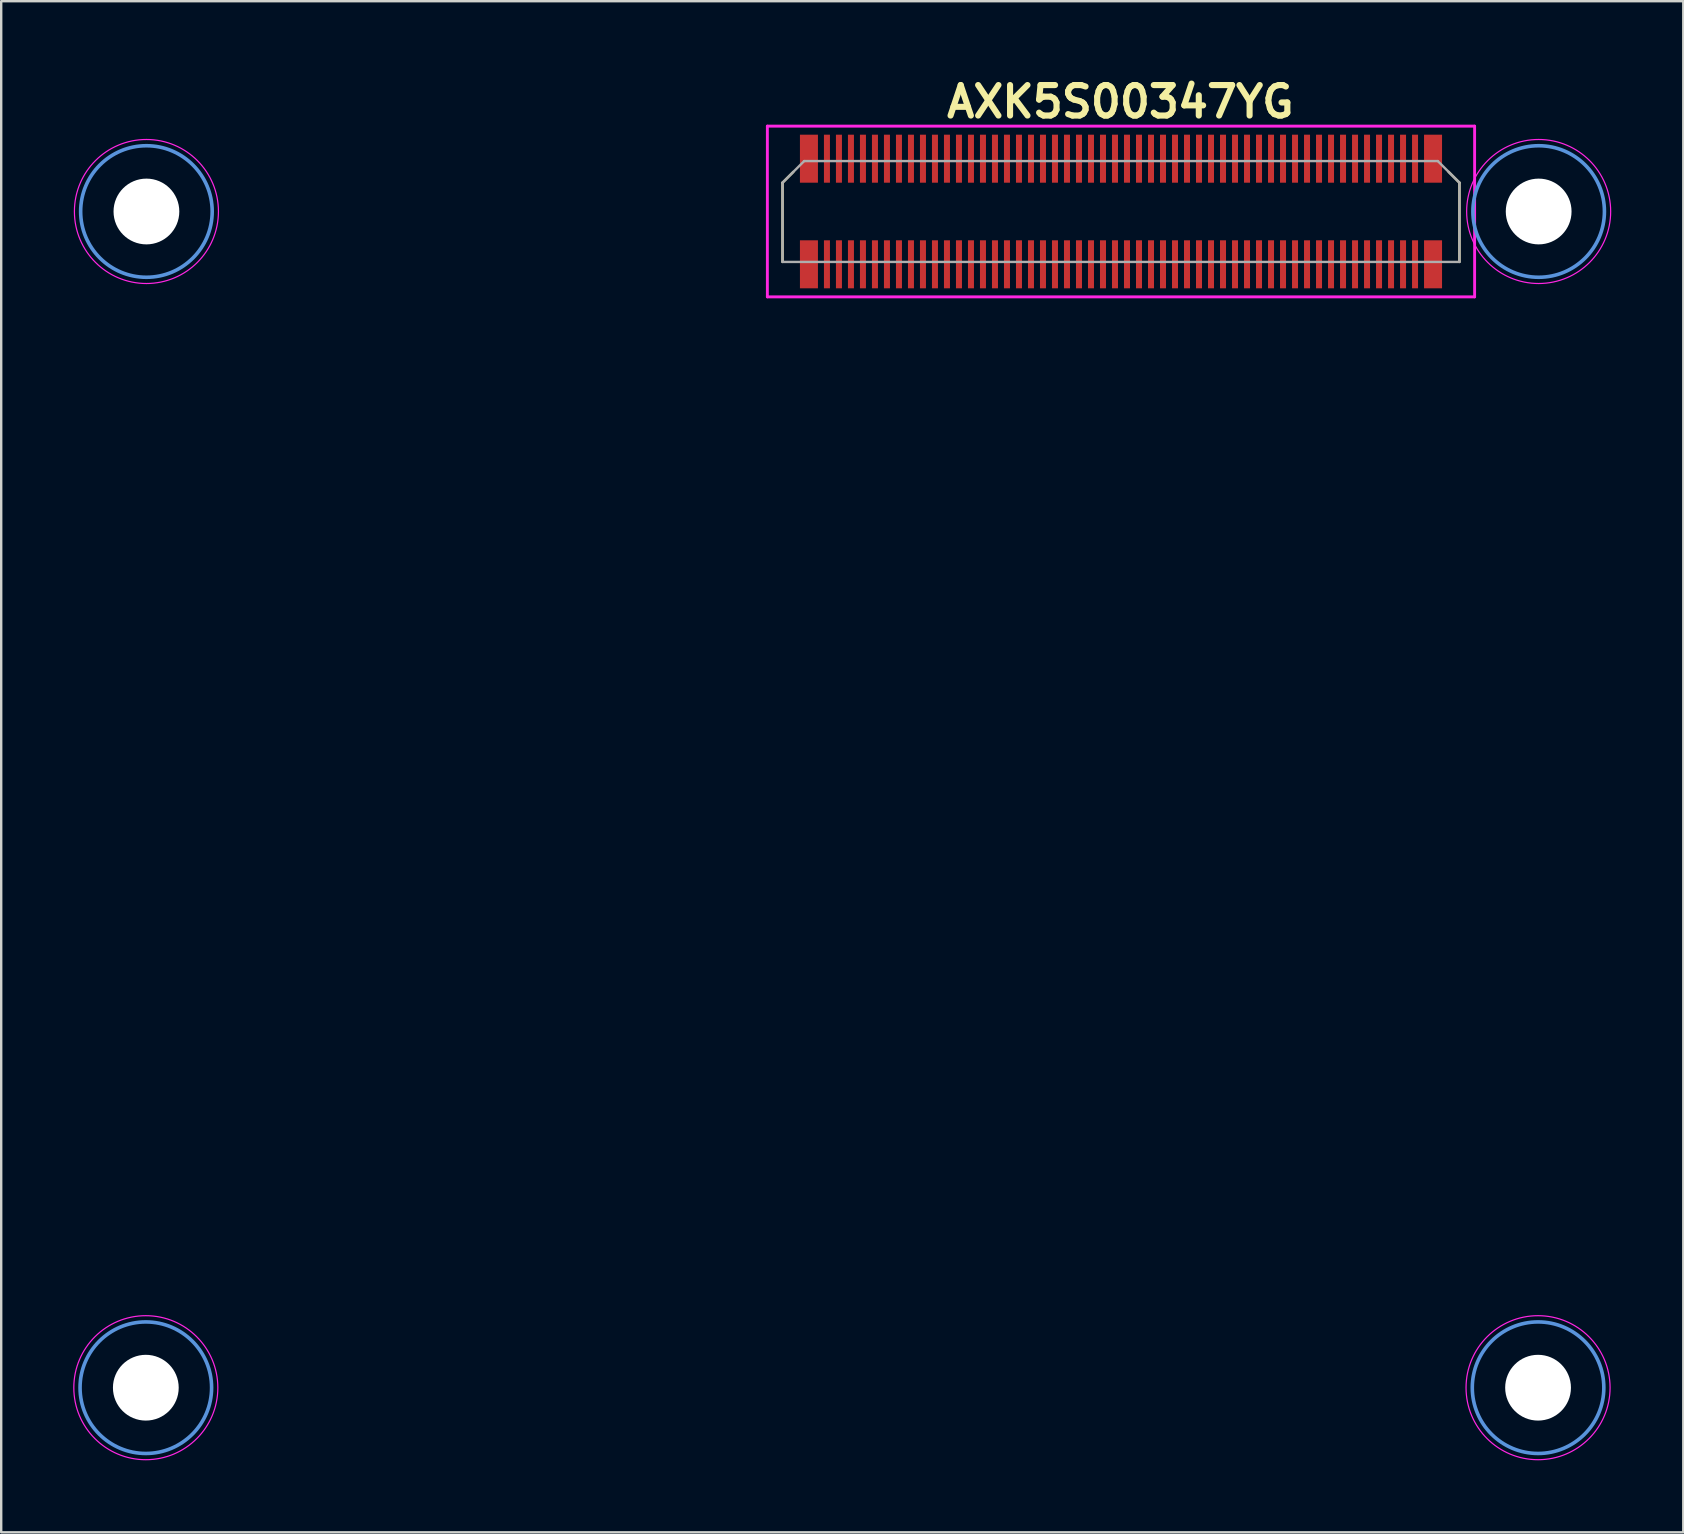
<source format=kicad_pcb>
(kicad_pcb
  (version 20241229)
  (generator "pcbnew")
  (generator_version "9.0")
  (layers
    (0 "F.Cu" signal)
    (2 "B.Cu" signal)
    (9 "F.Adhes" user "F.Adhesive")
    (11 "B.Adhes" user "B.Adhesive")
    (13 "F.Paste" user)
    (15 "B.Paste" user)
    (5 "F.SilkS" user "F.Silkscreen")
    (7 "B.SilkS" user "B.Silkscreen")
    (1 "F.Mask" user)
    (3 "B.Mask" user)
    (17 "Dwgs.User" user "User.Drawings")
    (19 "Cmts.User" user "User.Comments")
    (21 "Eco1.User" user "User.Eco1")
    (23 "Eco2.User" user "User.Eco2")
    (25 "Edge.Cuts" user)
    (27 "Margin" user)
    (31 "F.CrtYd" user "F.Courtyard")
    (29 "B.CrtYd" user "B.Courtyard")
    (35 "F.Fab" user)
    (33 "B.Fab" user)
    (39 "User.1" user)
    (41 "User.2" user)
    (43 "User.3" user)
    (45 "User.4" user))
  (footprint "AXK5S00347YG"
    (layer "F.Cu")
    (at 43.65 5.761)
    (property "Reference" "AXK5S00347YG" (at -0.025 -4.572 0) (layer "F.SilkS") (effects (font (size 1.27 1.27) (thickness 0.254))))
    (attr smd)
    (fp_line (start -14.1 -1.2) (end -13.65 -1.65) (stroke (width 0.1) (type solid)) (layer "F.SilkS"))
    (fp_line (start -14.1 2.1) (end -14.1 -1.2) (stroke (width 0.1) (type solid)) (layer "F.SilkS"))
    (fp_line (start 14.1 -1.2) (end 13.65 -1.65) (stroke (width 0.1) (type solid)) (layer "F.SilkS"))
    (fp_line (start 14.1 2.1) (end 14.1 -1.2) (stroke (width 0.1) (type solid)) (layer "F.SilkS"))
    (fp_circle (center -40.625 49) (end -37.885 49) (stroke (width 0.15) (type solid)) (fill no) (layer "Cmts.User"))
    (fp_circle (center -40.6 0) (end -37.86 0) (stroke (width 0.15) (type solid)) (fill no) (layer "Cmts.User"))
    (fp_circle (center 17.375 49) (end 20.115 49) (stroke (width 0.15) (type solid)) (fill no) (layer "Cmts.User"))
    (fp_circle (center 17.4 0) (end 20.14 0) (stroke (width 0.15) (type solid)) (fill no) (layer "Cmts.User"))
    (fp_line (start -14.732 -3.556) (end 14.732 -3.556) (stroke (width 0.12) (type solid)) (layer "F.CrtYd"))
    (fp_line (start -14.732 3.556) (end -14.732 -3.556) (stroke (width 0.12) (type solid)) (layer "F.CrtYd"))
    (fp_line (start 14.732 -3.556) (end 14.732 3.556) (stroke (width 0.12) (type solid)) (layer "F.CrtYd"))
    (fp_line (start 14.732 3.556) (end -14.732 3.556) (stroke (width 0.12) (type solid)) (layer "F.CrtYd"))
    (fp_circle (center -40.625 49) (end -37.625 49) (stroke (width 0.05) (type solid)) (fill no) (layer "F.CrtYd"))
    (fp_circle (center -40.6 0) (end -37.6 0) (stroke (width 0.05) (type solid)) (fill no) (layer "F.CrtYd"))
    (fp_circle (center 17.375 49) (end 20.375 49) (stroke (width 0.05) (type solid)) (fill no) (layer "F.CrtYd"))
    (fp_circle (center 17.4 0) (end 20.4 0) (stroke (width 0.05) (type solid)) (fill no) (layer "F.CrtYd"))
    (fp_line (start -14.1 -1.2) (end -13.2 -2.1) (stroke (width 0.1) (type solid)) (layer "F.Fab"))
    (fp_line (start -14.1 2.1) (end -14.1 -1.2) (stroke (width 0.1) (type solid)) (layer "F.Fab"))
    (fp_line (start -13.2 -2.1) (end 13.2 -2.1) (stroke (width 0.1) (type solid)) (layer "F.Fab"))
    (fp_line (start 13.2 -2.1) (end 14.1 -1.2) (stroke (width 0.1) (type solid)) (layer "F.Fab"))
    (fp_line (start 14.1 -1.2) (end 14.1 2.1) (stroke (width 0.1) (type solid)) (layer "F.Fab"))
    (fp_line (start 14.1 2.1) (end -14.1 2.1) (stroke (width 0.1) (type solid)) (layer "F.Fab"))
    (pad "" np_thru_hole circle (at -40.625 49 180) (size 2.74 2.74) (drill 2.74) (layers "*.Cu" "*.Mask"))
    (pad "" np_thru_hole circle (at -40.6 0 180) (size 2.74 2.74) (drill 2.74) (layers "*.Cu" "*.Mask"))
    (pad "" smd rect (at -13 -2.2) (size 0.75 2) (layers "F.Cu" "F.Mask" "F.Paste"))
    (pad "" smd rect (at -13 2.2) (size 0.75 2) (layers "F.Cu" "F.Mask" "F.Paste"))
    (pad "" smd rect (at 13 -2.2) (size 0.75 2) (layers "F.Cu" "F.Mask" "F.Paste"))
    (pad "" smd rect (at 13 2.2) (size 0.75 2) (layers "F.Cu" "F.Mask" "F.Paste"))
    (pad "" np_thru_hole circle (at 17.375 49 180) (size 2.74 2.74) (drill 2.74) (layers "*.Cu" "*.Mask"))
    (pad "" np_thru_hole circle (at 17.4 0 180) (size 2.74 2.74) (drill 2.74) (layers "*.Cu" "*.Mask"))
    (pad "1" smd rect (at -12.25 2.2) (size 0.25 2) (layers "F.Cu" "F.Mask" "F.Paste"))
    (pad "2" smd rect (at -12.25 -2.2) (size 0.25 2) (layers "F.Cu" "F.Mask" "F.Paste"))
    (pad "3" smd rect (at -11.75 2.2) (size 0.25 2) (layers "F.Cu" "F.Mask" "F.Paste"))
    (pad "4" smd rect (at -11.75 -2.2) (size 0.25 2) (layers "F.Cu" "F.Mask" "F.Paste"))
    (pad "5" smd rect (at -11.25 2.2) (size 0.25 2) (layers "F.Cu" "F.Mask" "F.Paste"))
    (pad "6" smd rect (at -11.25 -2.2) (size 0.25 2) (layers "F.Cu" "F.Mask" "F.Paste"))
    (pad "7" smd rect (at -10.75 2.2) (size 0.25 2) (layers "F.Cu" "F.Mask" "F.Paste"))
    (pad "8" smd rect (at -10.75 -2.2) (size 0.25 2) (layers "F.Cu" "F.Mask" "F.Paste"))
    (pad "9" smd rect (at -10.25 2.2) (size 0.25 2) (layers "F.Cu" "F.Mask" "F.Paste"))
    (pad "10" smd rect (at -10.25 -2.2) (size 0.25 2) (layers "F.Cu" "F.Mask" "F.Paste"))
    (pad "11" smd rect (at -9.75 2.2) (size 0.25 2) (layers "F.Cu" "F.Mask" "F.Paste"))
    (pad "12" smd rect (at -9.75 -2.2) (size 0.25 2) (layers "F.Cu" "F.Mask" "F.Paste"))
    (pad "13" smd rect (at -9.25 2.2) (size 0.25 2) (layers "F.Cu" "F.Mask" "F.Paste"))
    (pad "14" smd rect (at -9.25 -2.2) (size 0.25 2) (layers "F.Cu" "F.Mask" "F.Paste"))
    (pad "15" smd rect (at -8.75 2.2) (size 0.25 2) (layers "F.Cu" "F.Mask" "F.Paste"))
    (pad "16" smd rect (at -8.75 -2.2) (size 0.25 2) (layers "F.Cu" "F.Mask" "F.Paste"))
    (pad "17" smd rect (at -8.25 2.2) (size 0.25 2) (layers "F.Cu" "F.Mask" "F.Paste"))
    (pad "18" smd rect (at -8.25 -2.2) (size 0.25 2) (layers "F.Cu" "F.Mask" "F.Paste"))
    (pad "19" smd rect (at -7.75 2.2) (size 0.25 2) (layers "F.Cu" "F.Mask" "F.Paste"))
    (pad "20" smd rect (at -7.75 -2.2) (size 0.25 2) (layers "F.Cu" "F.Mask" "F.Paste"))
    (pad "21" smd rect (at -7.25 2.2) (size 0.25 2) (layers "F.Cu" "F.Mask" "F.Paste"))
    (pad "22" smd rect (at -7.25 -2.2) (size 0.25 2) (layers "F.Cu" "F.Mask" "F.Paste"))
    (pad "23" smd rect (at -6.75 2.2) (size 0.25 2) (layers "F.Cu" "F.Mask" "F.Paste"))
    (pad "24" smd rect (at -6.75 -2.2) (size 0.25 2) (layers "F.Cu" "F.Mask" "F.Paste"))
    (pad "25" smd rect (at -6.25 2.2) (size 0.25 2) (layers "F.Cu" "F.Mask" "F.Paste"))
    (pad "26" smd rect (at -6.25 -2.2) (size 0.25 2) (layers "F.Cu" "F.Mask" "F.Paste"))
    (pad "27" smd rect (at -5.75 2.2) (size 0.25 2) (layers "F.Cu" "F.Mask" "F.Paste"))
    (pad "28" smd rect (at -5.75 -2.2) (size 0.25 2) (layers "F.Cu" "F.Mask" "F.Paste"))
    (pad "29" smd rect (at -5.25 2.2) (size 0.25 2) (layers "F.Cu" "F.Mask" "F.Paste"))
    (pad "30" smd rect (at -5.25 -2.2) (size 0.25 2) (layers "F.Cu" "F.Mask" "F.Paste"))
    (pad "31" smd rect (at -4.75 2.2) (size 0.25 2) (layers "F.Cu" "F.Mask" "F.Paste"))
    (pad "32" smd rect (at -4.75 -2.2) (size 0.25 2) (layers "F.Cu" "F.Mask" "F.Paste"))
    (pad "33" smd rect (at -4.25 2.2) (size 0.25 2) (layers "F.Cu" "F.Mask" "F.Paste"))
    (pad "34" smd rect (at -4.25 -2.2) (size 0.25 2) (layers "F.Cu" "F.Mask" "F.Paste"))
    (pad "35" smd rect (at -3.75 2.2) (size 0.25 2) (layers "F.Cu" "F.Mask" "F.Paste"))
    (pad "36" smd rect (at -3.75 -2.2) (size 0.25 2) (layers "F.Cu" "F.Mask" "F.Paste"))
    (pad "37" smd rect (at -3.25 2.2) (size 0.25 2) (layers "F.Cu" "F.Mask" "F.Paste"))
    (pad "38" smd rect (at -3.25 -2.2) (size 0.25 2) (layers "F.Cu" "F.Mask" "F.Paste"))
    (pad "39" smd rect (at -2.75 2.2) (size 0.25 2) (layers "F.Cu" "F.Mask" "F.Paste"))
    (pad "40" smd rect (at -2.75 -2.2) (size 0.25 2) (layers "F.Cu" "F.Mask" "F.Paste"))
    (pad "41" smd rect (at -2.25 2.2) (size 0.25 2) (layers "F.Cu" "F.Mask" "F.Paste"))
    (pad "42" smd rect (at -2.25 -2.2) (size 0.25 2) (layers "F.Cu" "F.Mask" "F.Paste"))
    (pad "43" smd rect (at -1.75 2.2) (size 0.25 2) (layers "F.Cu" "F.Mask" "F.Paste"))
    (pad "44" smd rect (at -1.75 -2.2) (size 0.25 2) (layers "F.Cu" "F.Mask" "F.Paste"))
    (pad "45" smd rect (at -1.25 2.2) (size 0.25 2) (layers "F.Cu" "F.Mask" "F.Paste"))
    (pad "46" smd rect (at -1.25 -2.2) (size 0.25 2) (layers "F.Cu" "F.Mask" "F.Paste"))
    (pad "47" smd rect (at -0.75 2.2) (size 0.25 2) (layers "F.Cu" "F.Mask" "F.Paste"))
    (pad "48" smd rect (at -0.75 -2.2) (size 0.25 2) (layers "F.Cu" "F.Mask" "F.Paste"))
    (pad "49" smd rect (at -0.25 2.2) (size 0.25 2) (layers "F.Cu" "F.Mask" "F.Paste"))
    (pad "50" smd rect (at -0.25 -2.2) (size 0.25 2) (layers "F.Cu" "F.Mask" "F.Paste"))
    (pad "51" smd rect (at 0.25 2.2) (size 0.25 2) (layers "F.Cu" "F.Mask" "F.Paste"))
    (pad "52" smd rect (at 0.25 -2.2) (size 0.25 2) (layers "F.Cu" "F.Mask" "F.Paste"))
    (pad "53" smd rect (at 0.75 2.2) (size 0.25 2) (layers "F.Cu" "F.Mask" "F.Paste"))
    (pad "54" smd rect (at 0.75 -2.2) (size 0.25 2) (layers "F.Cu" "F.Mask" "F.Paste"))
    (pad "55" smd rect (at 1.25 2.2) (size 0.25 2) (layers "F.Cu" "F.Mask" "F.Paste"))
    (pad "56" smd rect (at 1.25 -2.2) (size 0.25 2) (layers "F.Cu" "F.Mask" "F.Paste"))
    (pad "57" smd rect (at 1.75 2.2) (size 0.25 2) (layers "F.Cu" "F.Mask" "F.Paste"))
    (pad "58" smd rect (at 1.75 -2.2) (size 0.25 2) (layers "F.Cu" "F.Mask" "F.Paste"))
    (pad "59" smd rect (at 2.25 2.2) (size 0.25 2) (layers "F.Cu" "F.Mask" "F.Paste"))
    (pad "60" smd rect (at 2.25 -2.2) (size 0.25 2) (layers "F.Cu" "F.Mask" "F.Paste"))
    (pad "61" smd rect (at 2.75 2.2) (size 0.25 2) (layers "F.Cu" "F.Mask" "F.Paste"))
    (pad "62" smd rect (at 2.75 -2.2) (size 0.25 2) (layers "F.Cu" "F.Mask" "F.Paste"))
    (pad "63" smd rect (at 3.25 2.2) (size 0.25 2) (layers "F.Cu" "F.Mask" "F.Paste"))
    (pad "64" smd rect (at 3.25 -2.2) (size 0.25 2) (layers "F.Cu" "F.Mask" "F.Paste"))
    (pad "65" smd rect (at 3.75 2.2) (size 0.25 2) (layers "F.Cu" "F.Mask" "F.Paste"))
    (pad "66" smd rect (at 3.75 -2.2) (size 0.25 2) (layers "F.Cu" "F.Mask" "F.Paste"))
    (pad "67" smd rect (at 4.25 2.2) (size 0.25 2) (layers "F.Cu" "F.Mask" "F.Paste"))
    (pad "68" smd rect (at 4.25 -2.2) (size 0.25 2) (layers "F.Cu" "F.Mask" "F.Paste"))
    (pad "69" smd rect (at 4.75 2.2) (size 0.25 2) (layers "F.Cu" "F.Mask" "F.Paste"))
    (pad "70" smd rect (at 4.75 -2.2) (size 0.25 2) (layers "F.Cu" "F.Mask" "F.Paste"))
    (pad "71" smd rect (at 5.25 2.2) (size 0.25 2) (layers "F.Cu" "F.Mask" "F.Paste"))
    (pad "72" smd rect (at 5.25 -2.2) (size 0.25 2) (layers "F.Cu" "F.Mask" "F.Paste"))
    (pad "73" smd rect (at 5.75 2.2) (size 0.25 2) (layers "F.Cu" "F.Mask" "F.Paste"))
    (pad "74" smd rect (at 5.75 -2.2) (size 0.25 2) (layers "F.Cu" "F.Mask" "F.Paste"))
    (pad "75" smd rect (at 6.25 2.2) (size 0.25 2) (layers "F.Cu" "F.Mask" "F.Paste"))
    (pad "76" smd rect (at 6.25 -2.2) (size 0.25 2) (layers "F.Cu" "F.Mask" "F.Paste"))
    (pad "77" smd rect (at 6.75 2.2) (size 0.25 2) (layers "F.Cu" "F.Mask" "F.Paste"))
    (pad "78" smd rect (at 6.75 -2.2) (size 0.25 2) (layers "F.Cu" "F.Mask" "F.Paste"))
    (pad "79" smd rect (at 7.25 2.2) (size 0.25 2) (layers "F.Cu" "F.Mask" "F.Paste"))
    (pad "80" smd rect (at 7.25 -2.2) (size 0.25 2) (layers "F.Cu" "F.Mask" "F.Paste"))
    (pad "81" smd rect (at 7.75 2.2) (size 0.25 2) (layers "F.Cu" "F.Mask" "F.Paste"))
    (pad "82" smd rect (at 7.75 -2.2) (size 0.25 2) (layers "F.Cu" "F.Mask" "F.Paste"))
    (pad "83" smd rect (at 8.25 2.2) (size 0.25 2) (layers "F.Cu" "F.Mask" "F.Paste"))
    (pad "84" smd rect (at 8.25 -2.2) (size 0.25 2) (layers "F.Cu" "F.Mask" "F.Paste"))
    (pad "85" smd rect (at 8.75 2.2) (size 0.25 2) (layers "F.Cu" "F.Mask" "F.Paste"))
    (pad "86" smd rect (at 8.75 -2.2) (size 0.25 2) (layers "F.Cu" "F.Mask" "F.Paste"))
    (pad "87" smd rect (at 9.25 2.2) (size 0.25 2) (layers "F.Cu" "F.Mask" "F.Paste"))
    (pad "88" smd rect (at 9.25 -2.2) (size 0.25 2) (layers "F.Cu" "F.Mask" "F.Paste"))
    (pad "89" smd rect (at 9.75 2.2) (size 0.25 2) (layers "F.Cu" "F.Mask" "F.Paste"))
    (pad "90" smd rect (at 9.75 -2.2) (size 0.25 2) (layers "F.Cu" "F.Mask" "F.Paste"))
    (pad "91" smd rect (at 10.25 2.2) (size 0.25 2) (layers "F.Cu" "F.Mask" "F.Paste"))
    (pad "92" smd rect (at 10.25 -2.2) (size 0.25 2) (layers "F.Cu" "F.Mask" "F.Paste"))
    (pad "93" smd rect (at 10.75 2.2) (size 0.25 2) (layers "F.Cu" "F.Mask" "F.Paste"))
    (pad "94" smd rect (at 10.75 -2.2) (size 0.25 2) (layers "F.Cu" "F.Mask" "F.Paste"))
    (pad "95" smd rect (at 11.25 2.2) (size 0.25 2) (layers "F.Cu" "F.Mask" "F.Paste"))
    (pad "96" smd rect (at 11.25 -2.2) (size 0.25 2) (layers "F.Cu" "F.Mask" "F.Paste"))
    (pad "97" smd rect (at 11.75 2.2) (size 0.25 2) (layers "F.Cu" "F.Mask" "F.Paste"))
    (pad "98" smd rect (at 11.75 -2.2) (size 0.25 2) (layers "F.Cu" "F.Mask" "F.Paste"))
    (pad "99" smd rect (at 12.25 2.2) (size 0.25 2) (layers "F.Cu" "F.Mask" "F.Paste"))
    (pad "100" smd rect (at 12.25 -2.2) (size 0.25 2) (layers "F.Cu" "F.Mask" "F.Paste")))
  (gr_rect
    (start -3 -3)
    (end 67.075 60.786)
    (stroke (width 0.1) (type default))
    (fill no)
    (layer "Edge.Cuts")))
</source>
